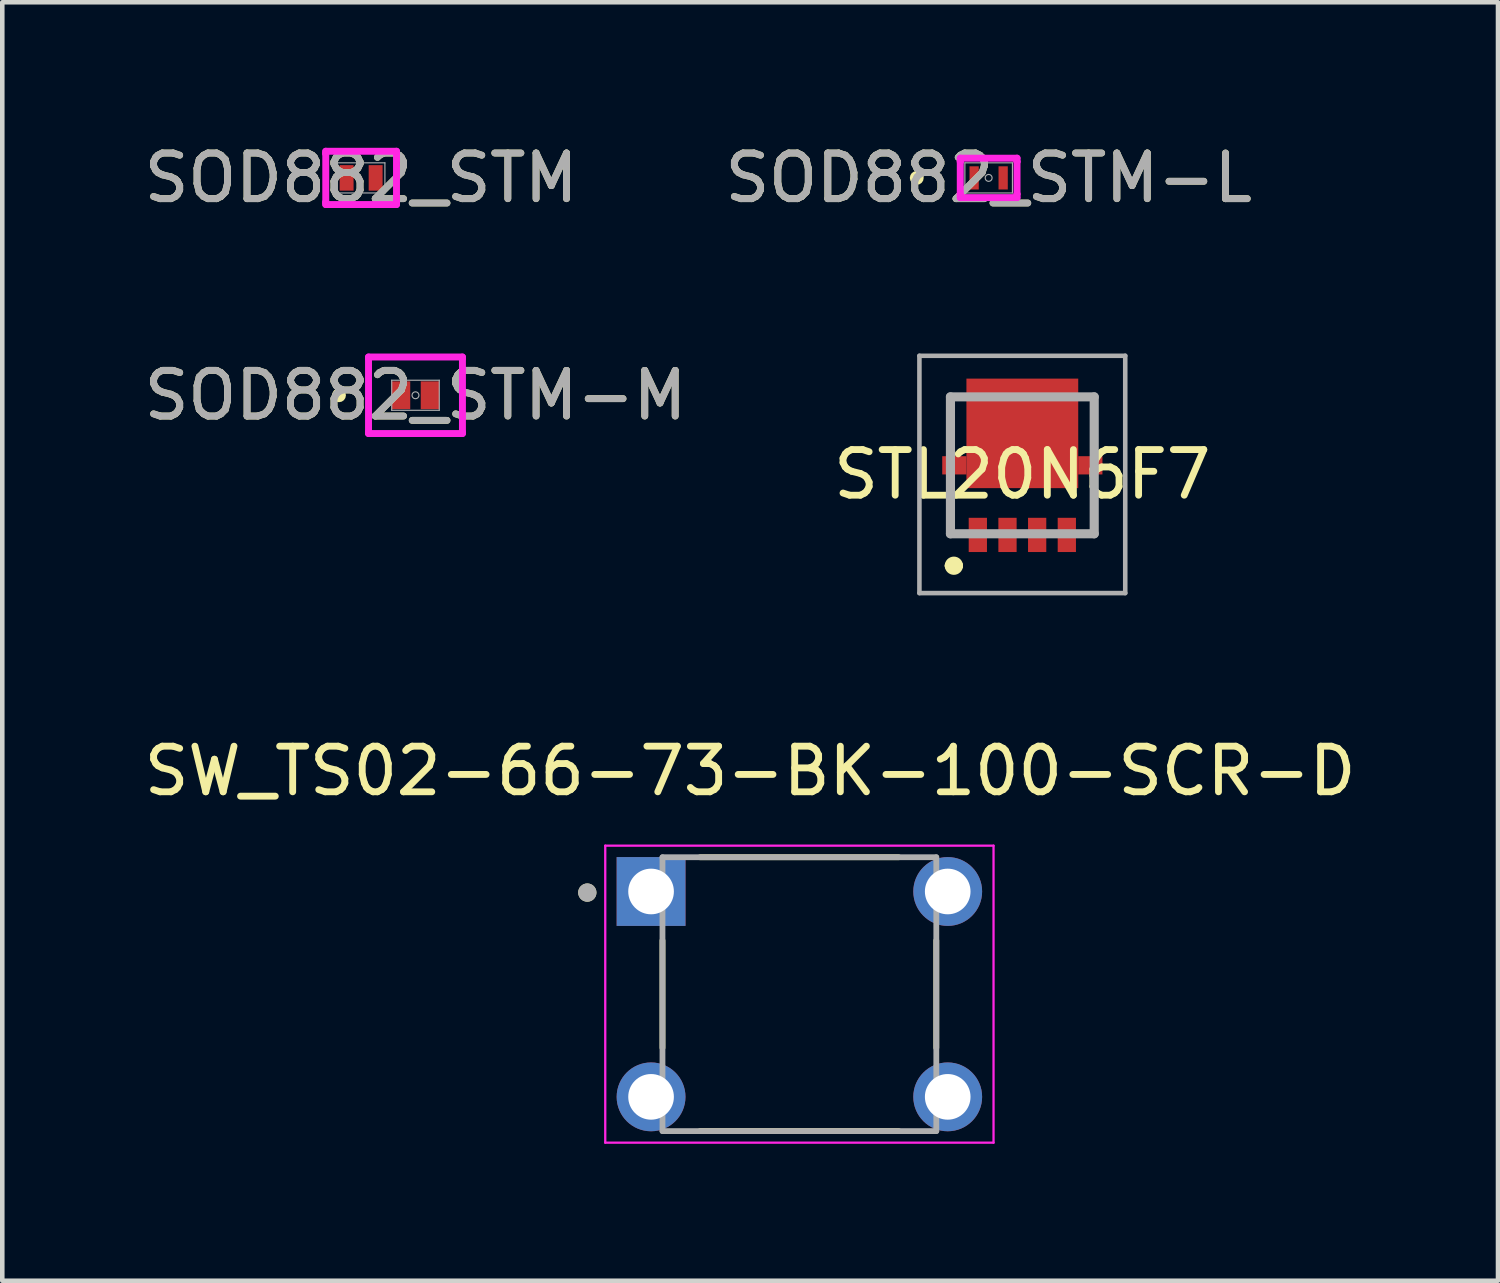
<source format=kicad_pcb>
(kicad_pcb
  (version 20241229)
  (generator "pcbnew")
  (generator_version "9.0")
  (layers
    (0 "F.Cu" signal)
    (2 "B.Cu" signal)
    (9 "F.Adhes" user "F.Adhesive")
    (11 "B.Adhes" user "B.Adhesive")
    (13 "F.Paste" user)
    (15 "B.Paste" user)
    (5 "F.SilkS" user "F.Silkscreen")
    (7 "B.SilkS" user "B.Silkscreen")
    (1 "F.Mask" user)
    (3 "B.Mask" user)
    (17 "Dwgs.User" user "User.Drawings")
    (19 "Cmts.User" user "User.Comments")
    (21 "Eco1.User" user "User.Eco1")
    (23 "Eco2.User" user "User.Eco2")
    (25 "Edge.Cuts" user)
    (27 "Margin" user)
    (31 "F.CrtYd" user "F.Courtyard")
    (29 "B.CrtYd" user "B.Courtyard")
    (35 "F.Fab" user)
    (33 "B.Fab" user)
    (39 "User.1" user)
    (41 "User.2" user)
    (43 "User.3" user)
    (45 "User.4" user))
  (footprint "SOD882_STM-M"
    (layer "F.Cu")
    (at 6.054 5.611)
    (property "Reference" "SOD882_STM-M" (at 0 0 0) (unlocked yes) (layer "F.SilkS") (effects (font (size 1 1) (thickness 0.15))))
    (attr smd)
    (fp_circle (center -1.676 0) (end -1.6 0) (stroke (width 0.152) (type solid)) (fill no) (layer "F.SilkS"))
    (fp_line (start -1.029 -0.838) (end 1.029 -0.838) (stroke (width 0.152) (type solid)) (layer "F.CrtYd"))
    (fp_line (start -1.029 -0.813) (end -1.029 -0.838) (stroke (width 0.152) (type solid)) (layer "F.CrtYd"))
    (fp_line (start -1.029 -0.813) (end -1.029 -0.813) (stroke (width 0.152) (type solid)) (layer "F.CrtYd"))
    (fp_line (start -1.029 0.813) (end -1.029 -0.813) (stroke (width 0.152) (type solid)) (layer "F.CrtYd"))
    (fp_line (start -1.029 0.813) (end -1.029 0.813) (stroke (width 0.152) (type solid)) (layer "F.CrtYd"))
    (fp_line (start -1.029 0.838) (end -1.029 0.813) (stroke (width 0.152) (type solid)) (layer "F.CrtYd"))
    (fp_line (start 1.029 -0.838) (end 1.029 -0.813) (stroke (width 0.152) (type solid)) (layer "F.CrtYd"))
    (fp_line (start 1.029 -0.813) (end 1.029 -0.813) (stroke (width 0.152) (type solid)) (layer "F.CrtYd"))
    (fp_line (start 1.029 -0.813) (end 1.029 0.813) (stroke (width 0.152) (type solid)) (layer "F.CrtYd"))
    (fp_line (start 1.029 0.813) (end 1.029 0.813) (stroke (width 0.152) (type solid)) (layer "F.CrtYd"))
    (fp_line (start 1.029 0.813) (end 1.029 0.838) (stroke (width 0.152) (type solid)) (layer "F.CrtYd"))
    (fp_line (start 1.029 0.838) (end -1.029 0.838) (stroke (width 0.152) (type solid)) (layer "F.CrtYd"))
    (fp_line (start -0.521 -0.33) (end -0.521 0.33) (stroke (width 0.025) (type solid)) (layer "F.Fab"))
    (fp_line (start -0.521 0.33) (end 0.521 0.33) (stroke (width 0.025) (type solid)) (layer "F.Fab"))
    (fp_line (start 0.521 -0.33) (end -0.521 -0.33) (stroke (width 0.025) (type solid)) (layer "F.Fab"))
    (fp_line (start 0.521 0.33) (end 0.521 -0.33) (stroke (width 0.025) (type solid)) (layer "F.Fab"))
    (fp_circle (center 0 0) (end 0.076 0) (stroke (width 0.025) (type solid)) (fill no) (layer "F.Fab"))
    (fp_text user "${REFERENCE}" (at 0 0 0) (unlocked yes) (layer "F.Fab") (effects (font (size 1 1) (thickness 0.15))))
    (pad "1" smd rect (at -0.318 0) (size 0.406 0.61) (layers "F.Cu" "F.Mask" "F.Paste"))
    (pad "2" smd rect (at 0.318 0) (size 0.406 0.61) (layers "F.Cu" "F.Mask" "F.Paste")))
  (footprint "SOD882_STM"
    (layer "F.Cu")
    (at 4.863 0.848)
    (property "Reference" "SOD882_STM" (at 0 0 0) (unlocked yes) (layer "F.SilkS") (effects (font (size 1 1) (thickness 0.15))))
    (attr smd)
    (fp_line (start -0.775 -0.584) (end 0.775 -0.584) (stroke (width 0.152) (type solid)) (layer "F.CrtYd"))
    (fp_line (start -0.775 -0.533) (end -0.775 -0.584) (stroke (width 0.152) (type solid)) (layer "F.CrtYd"))
    (fp_line (start -0.775 -0.533) (end -0.775 -0.533) (stroke (width 0.152) (type solid)) (layer "F.CrtYd"))
    (fp_line (start -0.775 0.533) (end -0.775 -0.533) (stroke (width 0.152) (type solid)) (layer "F.CrtYd"))
    (fp_line (start -0.775 0.533) (end -0.775 0.533) (stroke (width 0.152) (type solid)) (layer "F.CrtYd"))
    (fp_line (start -0.775 0.584) (end -0.775 0.533) (stroke (width 0.152) (type solid)) (layer "F.CrtYd"))
    (fp_line (start 0.775 -0.584) (end 0.775 -0.533) (stroke (width 0.152) (type solid)) (layer "F.CrtYd"))
    (fp_line (start 0.775 -0.533) (end 0.775 -0.533) (stroke (width 0.152) (type solid)) (layer "F.CrtYd"))
    (fp_line (start 0.775 -0.533) (end 0.775 0.533) (stroke (width 0.152) (type solid)) (layer "F.CrtYd"))
    (fp_line (start 0.775 0.533) (end 0.775 0.533) (stroke (width 0.152) (type solid)) (layer "F.CrtYd"))
    (fp_line (start 0.775 0.533) (end 0.775 0.584) (stroke (width 0.152) (type solid)) (layer "F.CrtYd"))
    (fp_line (start 0.775 0.584) (end -0.775 0.584) (stroke (width 0.152) (type solid)) (layer "F.CrtYd"))
    (fp_line (start -0.521 -0.33) (end -0.521 0.33) (stroke (width 0.025) (type solid)) (layer "F.Fab"))
    (fp_line (start -0.521 0.33) (end 0.521 0.33) (stroke (width 0.025) (type solid)) (layer "F.Fab"))
    (fp_line (start 0.521 -0.33) (end -0.521 -0.33) (stroke (width 0.025) (type solid)) (layer "F.Fab"))
    (fp_line (start 0.521 0.33) (end 0.521 -0.33) (stroke (width 0.025) (type solid)) (layer "F.Fab"))
    (fp_circle (center 0 0) (end 0 0) (stroke (width 0.025) (type solid)) (fill no) (layer "F.Fab"))
    (fp_text user "${REFERENCE}" (at 0 0 0) (unlocked yes) (layer "F.Fab") (effects (font (size 1 1) (thickness 0.15))))
    (pad "1" smd rect (at -0.318 0) (size 0.305 0.559) (layers "F.Cu" "F.Mask" "F.Paste"))
    (pad "2" smd rect (at 0.318 0) (size 0.305 0.559) (layers "F.Cu" "F.Mask" "F.Paste")))
  (footprint "SOD882_STM-L"
    (layer "F.Cu")
    (at 18.613 0.848)
    (property "Reference" "SOD882_STM-L" (at 0 0 0) (unlocked yes) (layer "F.SilkS") (effects (font (size 1 1) (thickness 0.15))))
    (attr smd)
    (fp_circle (center -1.575 0) (end -1.499 0) (stroke (width 0.152) (type solid)) (fill no) (layer "F.SilkS"))
    (fp_line (start -0.622 -0.432) (end 0.622 -0.432) (stroke (width 0.152) (type solid)) (layer "F.CrtYd"))
    (fp_line (start -0.622 -0.356) (end -0.622 -0.432) (stroke (width 0.152) (type solid)) (layer "F.CrtYd"))
    (fp_line (start -0.622 -0.356) (end -0.622 -0.356) (stroke (width 0.152) (type solid)) (layer "F.CrtYd"))
    (fp_line (start -0.622 0.356) (end -0.622 -0.356) (stroke (width 0.152) (type solid)) (layer "F.CrtYd"))
    (fp_line (start -0.622 0.356) (end -0.622 0.356) (stroke (width 0.152) (type solid)) (layer "F.CrtYd"))
    (fp_line (start -0.622 0.432) (end -0.622 0.356) (stroke (width 0.152) (type solid)) (layer "F.CrtYd"))
    (fp_line (start 0.622 -0.432) (end 0.622 -0.356) (stroke (width 0.152) (type solid)) (layer "F.CrtYd"))
    (fp_line (start 0.622 -0.356) (end 0.622 -0.356) (stroke (width 0.152) (type solid)) (layer "F.CrtYd"))
    (fp_line (start 0.622 -0.356) (end 0.622 0.356) (stroke (width 0.152) (type solid)) (layer "F.CrtYd"))
    (fp_line (start 0.622 0.356) (end 0.622 0.356) (stroke (width 0.152) (type solid)) (layer "F.CrtYd"))
    (fp_line (start 0.622 0.356) (end 0.622 0.432) (stroke (width 0.152) (type solid)) (layer "F.CrtYd"))
    (fp_line (start 0.622 0.432) (end -0.622 0.432) (stroke (width 0.152) (type solid)) (layer "F.CrtYd"))
    (fp_line (start -0.521 -0.33) (end -0.521 0.33) (stroke (width 0.025) (type solid)) (layer "F.Fab"))
    (fp_line (start -0.521 0.33) (end 0.521 0.33) (stroke (width 0.025) (type solid)) (layer "F.Fab"))
    (fp_line (start 0.521 -0.33) (end -0.521 -0.33) (stroke (width 0.025) (type solid)) (layer "F.Fab"))
    (fp_line (start 0.521 0.33) (end 0.521 -0.33) (stroke (width 0.025) (type solid)) (layer "F.Fab"))
    (fp_circle (center 0 0) (end 0.076 0) (stroke (width 0.025) (type solid)) (fill no) (layer "F.Fab"))
    (fp_text user "${REFERENCE}" (at 0 0 0) (unlocked yes) (layer "F.Fab") (effects (font (size 1 1) (thickness 0.15))))
    (pad "1" smd rect (at -0.318 0) (size 0.203 0.508) (layers "F.Cu" "F.Mask" "F.Paste"))
    (pad "2" smd rect (at 0.318 0) (size 0.203 0.508) (layers "F.Cu" "F.Mask" "F.Paste")))
  (footprint "STL20N6F7"
    (layer "F.Cu")
    (at 19.351 7.146)
    (property "Reference" "STL20N6F7" (at 0 0.2 0) (layer "F.SilkS") (effects (font (size 1 1) (thickness 0.15))))
    (attr smd)
    (fp_line (start -1.6 2.2) (end -1.6 2.2) (stroke (width 0.2) (type solid)) (layer "F.SilkS"))
    (fp_line (start -1.575 -1.5) (end -1.575 -0.4) (stroke (width 0.1) (type solid)) (layer "F.SilkS"))
    (fp_line (start -1.575 0.4) (end -1.575 1.5) (stroke (width 0.1) (type solid)) (layer "F.SilkS"))
    (fp_line (start -1.575 1.5) (end -1.4 1.5) (stroke (width 0.1) (type solid)) (layer "F.SilkS"))
    (fp_line (start -1.4 -1.5) (end -1.575 -1.5) (stroke (width 0.1) (type solid)) (layer "F.SilkS"))
    (fp_line (start -1.4 2.2) (end -1.4 2.2) (stroke (width 0.2) (type solid)) (layer "F.SilkS"))
    (fp_line (start 1.4 -1.5) (end 1.575 -1.5) (stroke (width 0.1) (type solid)) (layer "F.SilkS"))
    (fp_line (start 1.575 -1.5) (end 1.575 -0.4) (stroke (width 0.1) (type solid)) (layer "F.SilkS"))
    (fp_line (start 1.575 0.4) (end 1.575 1.5) (stroke (width 0.1) (type solid)) (layer "F.SilkS"))
    (fp_line (start 1.575 1.5) (end 1.4 1.5) (stroke (width 0.1) (type solid)) (layer "F.SilkS"))
    (fp_arc (start -1.6 2.2) (mid -1.5 2.1) (end -1.4 2.2) (stroke (width 0.2) (type solid)) (layer "F.SilkS"))
    (fp_arc (start -1.4 2.2) (mid -1.5 2.3) (end -1.6 2.2) (stroke (width 0.2) (type solid)) (layer "F.SilkS"))
    (fp_line (start -2.255 -2.4) (end 2.255 -2.4) (stroke (width 0.1) (type solid)) (layer "F.Fab"))
    (fp_line (start -2.255 2.8) (end -2.255 -2.4) (stroke (width 0.1) (type solid)) (layer "F.Fab"))
    (fp_line (start -1.575 -1.5) (end 1.575 -1.5) (stroke (width 0.2) (type solid)) (layer "F.Fab"))
    (fp_line (start -1.575 1.5) (end -1.575 -1.5) (stroke (width 0.2) (type solid)) (layer "F.Fab"))
    (fp_line (start 1.575 -1.5) (end 1.575 1.5) (stroke (width 0.2) (type solid)) (layer "F.Fab"))
    (fp_line (start 1.575 1.5) (end -1.575 1.5) (stroke (width 0.2) (type solid)) (layer "F.Fab"))
    (fp_line (start 2.255 -2.4) (end 2.255 2.8) (stroke (width 0.1) (type solid)) (layer "F.Fab"))
    (fp_line (start 2.255 2.8) (end -2.255 2.8) (stroke (width 0.1) (type solid)) (layer "F.Fab"))
    (pad "1" smd rect (at -0.975 1.525) (size 0.4 0.75) (layers "F.Cu" "F.Mask" "F.Paste"))
    (pad "2" smd rect (at -0.325 1.525) (size 0.4 0.75) (layers "F.Cu" "F.Mask" "F.Paste"))
    (pad "3" smd rect (at 0.325 1.525) (size 0.4 0.75) (layers "F.Cu" "F.Mask" "F.Paste"))
    (pad "4" smd rect (at 0.975 1.525) (size 0.4 0.75) (layers "F.Cu" "F.Mask" "F.Paste"))
    (pad "5" smd rect (at 0 -0.7) (size 2.45 2.4) (layers "F.Cu" "F.Mask" "F.Paste"))
    (pad "6" smd rect (at -1.49 0) (size 0.53 0.4) (layers "F.Cu" "F.Mask" "F.Paste"))
    (pad "7" smd rect (at 1.49 0) (size 0.53 0.4) (layers "F.Cu" "F.Mask" "F.Paste")))
  (footprint "SW_TS02-66-73-BK-100-SCR-D"
    (layer "F.Cu")
    (at 14.466 18.734)
    (property "Reference" "SW_TS02-66-73-BK-100-SCR-D" (at -1.079 -4.889 0) (layer "F.SilkS") (effects (font (size 1 1) (thickness 0.15))))
    (attr through_hole)
    (fp_line (start -3 -1.176) (end -3 1.176) (stroke (width 0.127) (type solid)) (layer "F.SilkS"))
    (fp_line (start -2.176 -3) (end 2.176 -3) (stroke (width 0.127) (type solid)) (layer "F.SilkS"))
    (fp_line (start -2.176 3) (end 2.176 3) (stroke (width 0.127) (type solid)) (layer "F.SilkS"))
    (fp_line (start 3 -1.176) (end 3 1.176) (stroke (width 0.127) (type solid)) (layer "F.SilkS"))
    (fp_circle (center -4.647 -2.226) (end -4.547 -2.226) (stroke (width 0.2) (type solid)) (fill no) (layer "F.SilkS"))
    (fp_line (start -4.254 -3.254) (end -4.254 3.254) (stroke (width 0.05) (type solid)) (layer "F.CrtYd"))
    (fp_line (start -4.254 3.254) (end 4.254 3.254) (stroke (width 0.05) (type solid)) (layer "F.CrtYd"))
    (fp_line (start 4.254 -3.254) (end -4.254 -3.254) (stroke (width 0.05) (type solid)) (layer "F.CrtYd"))
    (fp_line (start 4.254 3.254) (end 4.254 -3.254) (stroke (width 0.05) (type solid)) (layer "F.CrtYd"))
    (fp_line (start -3 -3) (end 3 -3) (stroke (width 0.127) (type solid)) (layer "F.Fab"))
    (fp_line (start -3 3) (end -3 -3) (stroke (width 0.127) (type solid)) (layer "F.Fab"))
    (fp_line (start 3 -3) (end 3 3) (stroke (width 0.127) (type solid)) (layer "F.Fab"))
    (fp_line (start 3 3) (end -3 3) (stroke (width 0.127) (type solid)) (layer "F.Fab"))
    (fp_circle (center -4.647 -2.226) (end -4.547 -2.226) (stroke (width 0.2) (type solid)) (fill no) (layer "F.Fab"))
    (pad "1" thru_hole rect (at -3.25 -2.25) (size 1.508 1.508) (drill 1) (layers "*.Cu" "*.Mask"))
    (pad "2" thru_hole circle (at 3.25 -2.25) (size 1.508 1.508) (drill 1) (layers "*.Cu" "*.Mask"))
    (pad "3" thru_hole circle (at -3.25 2.25) (size 1.508 1.508) (drill 1) (layers "*.Cu" "*.Mask"))
    (pad "4" thru_hole circle (at 3.25 2.25) (size 1.508 1.508) (drill 1) (layers "*.Cu" "*.Mask")))
  (gr_rect
    (start -3 -3)
    (end 29.774 25.013)
    (stroke (width 0.1) (type default))
    (fill no)
    (layer "Edge.Cuts")))
</source>
